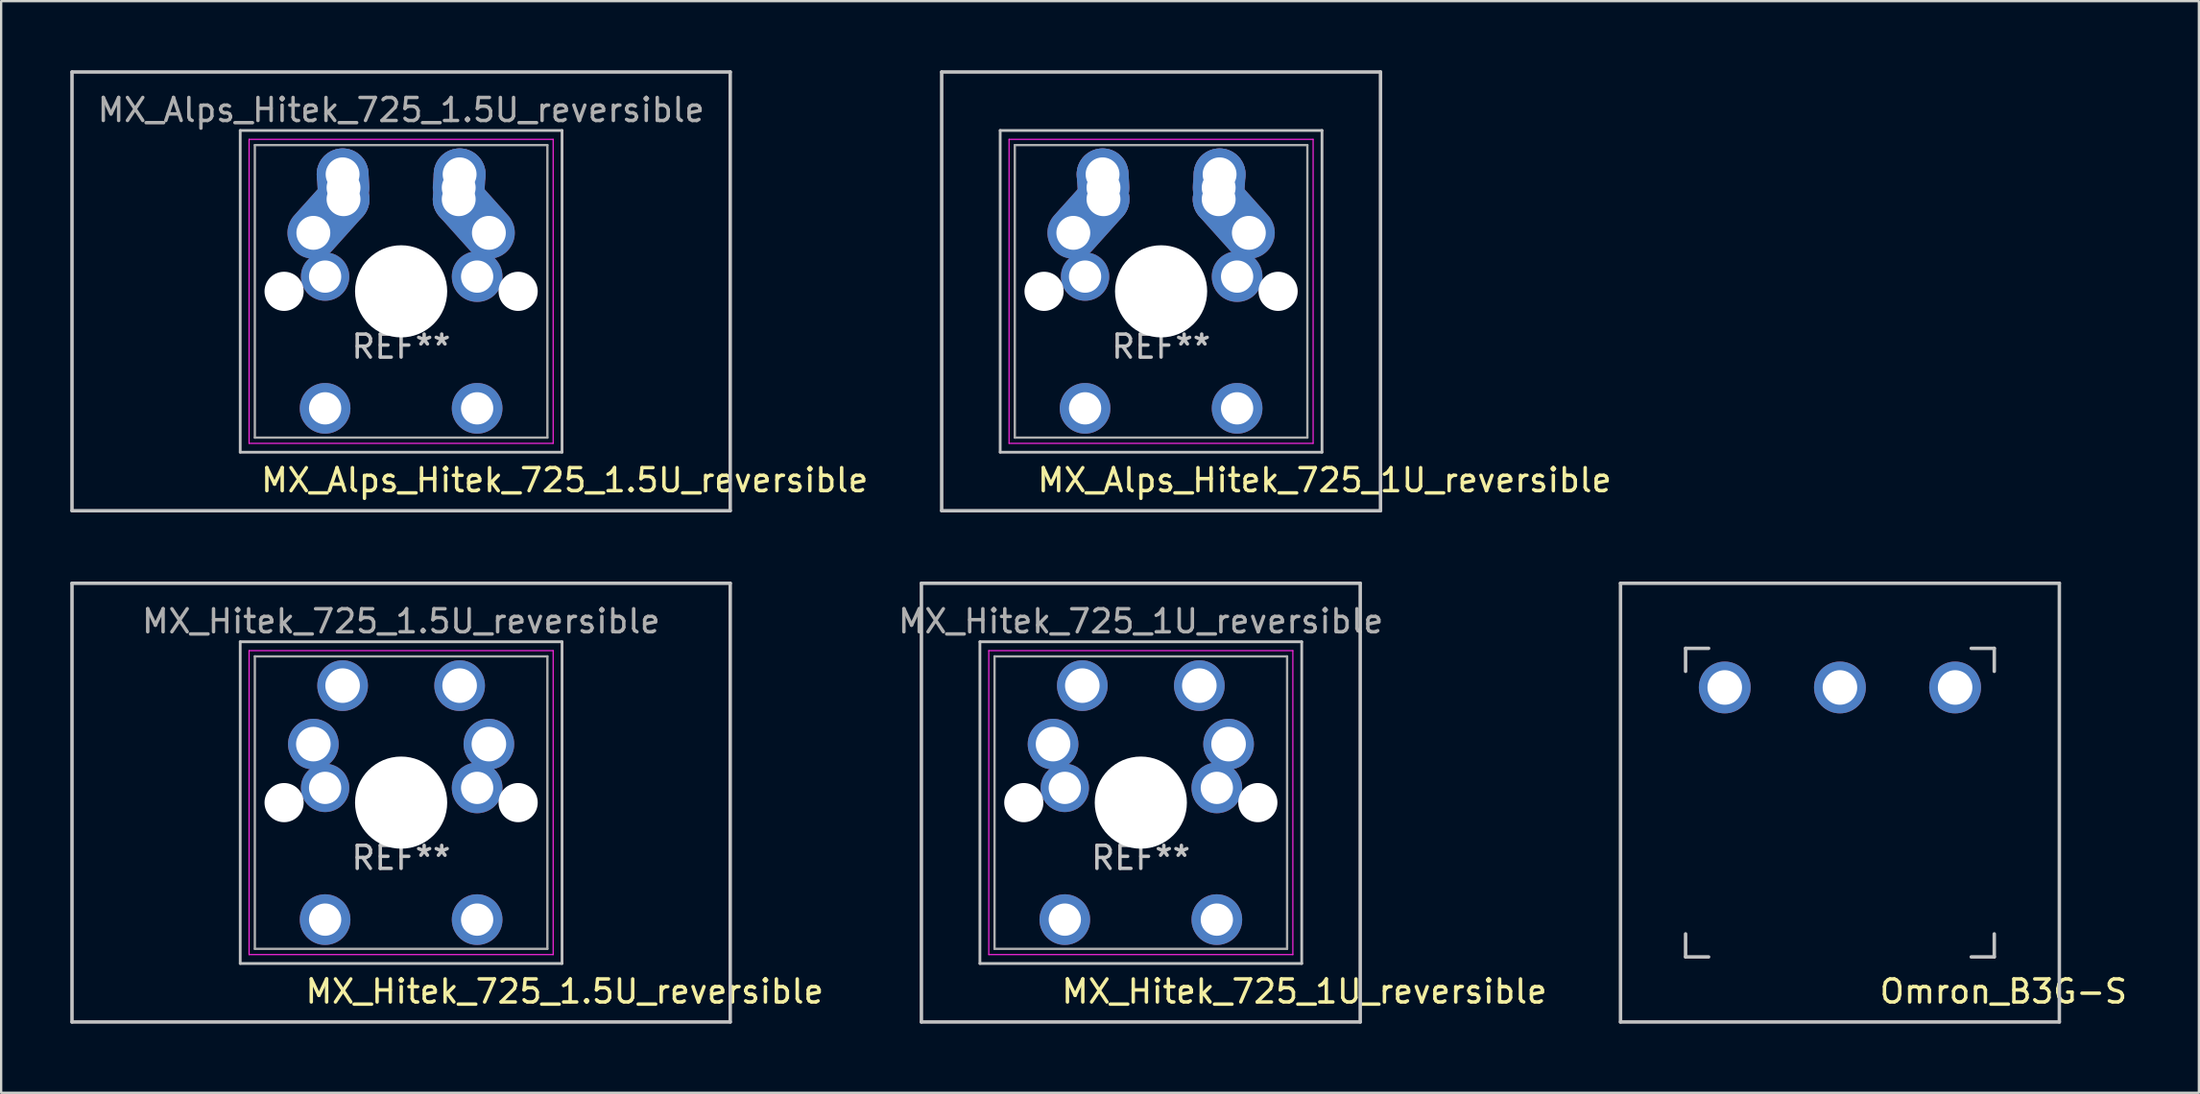
<source format=kicad_pcb>
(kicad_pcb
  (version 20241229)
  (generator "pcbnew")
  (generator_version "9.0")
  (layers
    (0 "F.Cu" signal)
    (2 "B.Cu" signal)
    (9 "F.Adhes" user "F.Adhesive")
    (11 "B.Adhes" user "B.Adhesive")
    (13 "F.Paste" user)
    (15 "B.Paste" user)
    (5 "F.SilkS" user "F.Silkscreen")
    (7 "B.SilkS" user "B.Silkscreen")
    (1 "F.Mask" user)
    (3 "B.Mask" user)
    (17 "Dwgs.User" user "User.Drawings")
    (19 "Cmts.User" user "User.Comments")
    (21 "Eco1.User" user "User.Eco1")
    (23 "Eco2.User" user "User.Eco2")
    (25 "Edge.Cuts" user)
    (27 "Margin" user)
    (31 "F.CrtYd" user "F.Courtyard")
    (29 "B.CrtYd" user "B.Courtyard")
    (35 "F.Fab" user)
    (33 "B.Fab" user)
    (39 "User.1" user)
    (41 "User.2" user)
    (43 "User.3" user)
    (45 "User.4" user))
  (footprint "MX_Hitek_725_1.5U_reversible"
    (layer "F.Cu")
    (at 14.363 31.8)
    (property "Reference" "MX_Hitek_725_1.5U_reversible" (at 7.1 8.2 180) (layer "F.SilkS") (effects (font (size 1 1) (thickness 0.15))))
    (attr through_hole)
    (fp_line (start -14.287 -9.525) (end 14.287 -9.525) (stroke (width 0.15) (type solid)) (layer "Dwgs.User"))
    (fp_line (start -14.287 9.525) (end -14.287 -9.525) (stroke (width 0.15) (type solid)) (layer "Dwgs.User"))
    (fp_line (start -6.985 -6.985) (end 6.985 -6.985) (stroke (width 0.12) (type solid)) (layer "Dwgs.User"))
    (fp_line (start -6.985 6.985) (end -6.985 -6.985) (stroke (width 0.12) (type solid)) (layer "Dwgs.User"))
    (fp_line (start 6.985 -6.985) (end 6.985 6.985) (stroke (width 0.12) (type solid)) (layer "Dwgs.User"))
    (fp_line (start 6.985 6.985) (end -6.985 6.985) (stroke (width 0.12) (type solid)) (layer "Dwgs.User"))
    (fp_line (start 14.287 -9.525) (end 14.287 9.525) (stroke (width 0.15) (type solid)) (layer "Dwgs.User"))
    (fp_line (start 14.287 9.525) (end -14.287 9.525) (stroke (width 0.15) (type solid)) (layer "Dwgs.User"))
    (fp_line (start -6.6 -6.6) (end 6.6 -6.6) (stroke (width 0.05) (type solid)) (layer "F.CrtYd"))
    (fp_line (start -6.6 6.6) (end -6.6 -6.6) (stroke (width 0.05) (type solid)) (layer "F.CrtYd"))
    (fp_line (start 6.6 -6.6) (end 6.6 6.6) (stroke (width 0.05) (type solid)) (layer "F.CrtYd"))
    (fp_line (start 6.6 6.6) (end -6.6 6.6) (stroke (width 0.05) (type solid)) (layer "F.CrtYd"))
    (fp_line (start -6.35 -6.35) (end 6.35 -6.35) (stroke (width 0.1) (type solid)) (layer "F.Fab"))
    (fp_line (start -6.35 6.35) (end -6.35 -6.35) (stroke (width 0.1) (type solid)) (layer "F.Fab"))
    (fp_line (start 6.35 -6.35) (end 6.35 6.35) (stroke (width 0.1) (type solid)) (layer "F.Fab"))
    (fp_line (start 6.35 6.35) (end -6.35 6.35) (stroke (width 0.1) (type solid)) (layer "F.Fab"))
    (fp_text user "REF**" (at 0 2.4 0) (layer "Dwgs.User") (effects (font (size 1 1) (thickness 0.15))))
    (fp_text user "${REFERENCE}" (at 0 -7.874 0) (layer "F.Fab") (effects (font (size 1 1) (thickness 0.15))))
    (pad "" np_thru_hole circle (at -5.08 0) (size 1.7 1.7) (drill 1.7) (layers "*.Cu" "*.Mask"))
    (pad "" np_thru_hole circle (at 0 0) (size 4 4) (drill 4) (layers "*.Cu" "*.Mask"))
    (pad "" np_thru_hole circle (at 5.08 0) (size 1.7 1.7) (drill 1.7) (layers "*.Cu" "*.Mask"))
    (pad "1" thru_hole circle (at 2.54 -5.08) (size 2.2 2.2) (drill 1.5) (layers "*.Cu" "*.Mask"))
    (pad "1" thru_hole circle (at 3.3 -0.64) (size 2.2 2.2) (drill 1.4) (layers "*.Cu" "*.Mask"))
    (pad "1" thru_hole circle (at 3.3 5.08) (size 2.2 2.2) (drill 1.4) (layers "*.Cu" "*.Mask"))
    (pad "1" thru_hole circle (at 3.81 -2.54 180) (size 2.2 2.2) (drill 1.5) (layers "*.Cu" "*.Mask"))
    (pad "2" thru_hole circle (at -3.81 -2.54) (size 2.2 2.2) (drill 1.5) (layers "*.Cu" "*.Mask"))
    (pad "2" thru_hole circle (at -3.3 -0.64) (size 2.1 2.1) (drill 1.4) (layers "*.Cu" "*.Mask"))
    (pad "2" thru_hole circle (at -3.3 5.08) (size 2.2 2.2) (drill 1.4) (layers "*.Cu" "*.Mask"))
    (pad "2" thru_hole circle (at -2.54 -5.08 180) (size 2.2 2.2) (drill 1.5) (layers "*.Cu" "*.Mask")))
  (footprint "MX_Hitek_725_1U_reversible"
    (layer "F.Cu")
    (at 46.474 31.8)
    (property "Reference" "MX_Hitek_725_1U_reversible" (at 7.1 8.2 180) (layer "F.SilkS") (effects (font (size 1 1) (thickness 0.15))))
    (attr through_hole)
    (fp_line (start -9.525 -9.525) (end 9.525 -9.525) (stroke (width 0.15) (type solid)) (layer "Dwgs.User"))
    (fp_line (start -9.525 9.525) (end -9.525 -9.525) (stroke (width 0.15) (type solid)) (layer "Dwgs.User"))
    (fp_line (start -6.985 -6.985) (end 6.985 -6.985) (stroke (width 0.12) (type solid)) (layer "Dwgs.User"))
    (fp_line (start -6.985 6.985) (end -6.985 -6.985) (stroke (width 0.12) (type solid)) (layer "Dwgs.User"))
    (fp_line (start 6.985 -6.985) (end 6.985 6.985) (stroke (width 0.12) (type solid)) (layer "Dwgs.User"))
    (fp_line (start 6.985 6.985) (end -6.985 6.985) (stroke (width 0.12) (type solid)) (layer "Dwgs.User"))
    (fp_line (start 9.525 -9.525) (end 9.525 9.525) (stroke (width 0.15) (type solid)) (layer "Dwgs.User"))
    (fp_line (start 9.525 9.525) (end -9.525 9.525) (stroke (width 0.15) (type solid)) (layer "Dwgs.User"))
    (fp_line (start -6.6 -6.6) (end 6.6 -6.6) (stroke (width 0.05) (type solid)) (layer "F.CrtYd"))
    (fp_line (start -6.6 6.6) (end -6.6 -6.6) (stroke (width 0.05) (type solid)) (layer "F.CrtYd"))
    (fp_line (start 6.6 -6.6) (end 6.6 6.6) (stroke (width 0.05) (type solid)) (layer "F.CrtYd"))
    (fp_line (start 6.6 6.6) (end -6.6 6.6) (stroke (width 0.05) (type solid)) (layer "F.CrtYd"))
    (fp_line (start -6.35 -6.35) (end 6.35 -6.35) (stroke (width 0.1) (type solid)) (layer "F.Fab"))
    (fp_line (start -6.35 6.35) (end -6.35 -6.35) (stroke (width 0.1) (type solid)) (layer "F.Fab"))
    (fp_line (start 6.35 -6.35) (end 6.35 6.35) (stroke (width 0.1) (type solid)) (layer "F.Fab"))
    (fp_line (start 6.35 6.35) (end -6.35 6.35) (stroke (width 0.1) (type solid)) (layer "F.Fab"))
    (fp_text user "REF**" (at 0 2.4 0) (layer "Dwgs.User") (effects (font (size 1 1) (thickness 0.15))))
    (fp_text user "${REFERENCE}" (at 0 -7.874 0) (layer "F.Fab") (effects (font (size 1 1) (thickness 0.15))))
    (pad "" np_thru_hole circle (at -5.08 0) (size 1.7 1.7) (drill 1.7) (layers "*.Cu" "*.Mask"))
    (pad "" np_thru_hole circle (at 0 0) (size 4 4) (drill 4) (layers "*.Cu" "*.Mask"))
    (pad "" np_thru_hole circle (at 5.08 0) (size 1.7 1.7) (drill 1.7) (layers "*.Cu" "*.Mask"))
    (pad "1" thru_hole circle (at 2.54 -5.08) (size 2.2 2.2) (drill 1.5) (layers "*.Cu" "*.Mask"))
    (pad "1" thru_hole circle (at 3.3 -0.64) (size 2.2 2.2) (drill 1.4) (layers "*.Cu" "*.Mask"))
    (pad "1" thru_hole circle (at 3.3 5.08) (size 2.2 2.2) (drill 1.4) (layers "*.Cu" "*.Mask"))
    (pad "1" thru_hole circle (at 3.81 -2.54 180) (size 2.2 2.2) (drill 1.5) (layers "*.Cu" "*.Mask"))
    (pad "2" thru_hole circle (at -3.81 -2.54) (size 2.2 2.2) (drill 1.5) (layers "*.Cu" "*.Mask"))
    (pad "2" thru_hole circle (at -3.3 -0.64) (size 2.1 2.1) (drill 1.4) (layers "*.Cu" "*.Mask"))
    (pad "2" thru_hole circle (at -3.3 5.08) (size 2.2 2.2) (drill 1.4) (layers "*.Cu" "*.Mask"))
    (pad "2" thru_hole circle (at -2.54 -5.08 180) (size 2.2 2.2) (drill 1.5) (layers "*.Cu" "*.Mask")))
  (footprint "Omron_B3G-S"
    (layer "F.Cu")
    (at 76.823 31.8)
    (property "Reference" "Omron_B3G-S" (at 7.1 8.2 0) (layer "F.SilkS") (effects (font (size 1 1) (thickness 0.15))))
    (attr through_hole)
    (fp_line (start -9.525 -9.525) (end 9.525 -9.525) (stroke (width 0.15) (type solid)) (layer "Dwgs.User"))
    (fp_line (start -9.525 9.525) (end -9.525 -9.525) (stroke (width 0.15) (type solid)) (layer "Dwgs.User"))
    (fp_line (start -6.7 -6.7) (end -5.7 -6.7) (stroke (width 0.15) (type solid)) (layer "Dwgs.User"))
    (fp_line (start -6.7 -5.7) (end -6.7 -6.7) (stroke (width 0.15) (type solid)) (layer "Dwgs.User"))
    (fp_line (start -6.7 5.7) (end -6.7 6.7) (stroke (width 0.15) (type solid)) (layer "Dwgs.User"))
    (fp_line (start -6.7 6.7) (end -5.7 6.7) (stroke (width 0.15) (type solid)) (layer "Dwgs.User"))
    (fp_line (start 5.7 6.7) (end 6.7 6.7) (stroke (width 0.15) (type solid)) (layer "Dwgs.User"))
    (fp_line (start 6.7 -6.7) (end 5.7 -6.7) (stroke (width 0.15) (type solid)) (layer "Dwgs.User"))
    (fp_line (start 6.7 -6.7) (end 6.7 -5.7) (stroke (width 0.15) (type solid)) (layer "Dwgs.User"))
    (fp_line (start 6.7 6.7) (end 6.7 5.7) (stroke (width 0.15) (type solid)) (layer "Dwgs.User"))
    (fp_line (start 9.525 -9.525) (end 9.525 9.525) (stroke (width 0.15) (type solid)) (layer "Dwgs.User"))
    (fp_line (start 9.525 9.525) (end -9.525 9.525) (stroke (width 0.15) (type solid)) (layer "Dwgs.User"))
    (pad "1" thru_hole circle (at -5 -5 180) (size 2.25 2.25) (drill 1.5) (layers "*.Cu" "B.Mask"))
    (pad "1" thru_hole circle (at 5 -5 180) (size 2.25 2.25) (drill 1.5) (layers "*.Cu" "B.Mask"))
    (pad "2" thru_hole circle (at 0 -5 180) (size 2.25 2.25) (drill 1.5) (layers "*.Cu" "B.Mask")))
  (footprint "MX_Alps_Hitek_725_1.5U_reversible"
    (layer "F.Cu")
    (at 14.363 9.6)
    (property "Reference" "MX_Alps_Hitek_725_1.5U_reversible" (at 7.1 8.2 180) (layer "F.SilkS") (effects (font (size 1 1) (thickness 0.15))))
    (attr through_hole)
    (fp_line (start -14.287 -9.525) (end 14.287 -9.525) (stroke (width 0.15) (type solid)) (layer "Dwgs.User"))
    (fp_line (start -14.287 9.525) (end -14.287 -9.525) (stroke (width 0.15) (type solid)) (layer "Dwgs.User"))
    (fp_line (start -6.985 -6.985) (end 6.985 -6.985) (stroke (width 0.12) (type solid)) (layer "Dwgs.User"))
    (fp_line (start -6.985 6.985) (end -6.985 -6.985) (stroke (width 0.12) (type solid)) (layer "Dwgs.User"))
    (fp_line (start 6.985 -6.985) (end 6.985 6.985) (stroke (width 0.12) (type solid)) (layer "Dwgs.User"))
    (fp_line (start 6.985 6.985) (end -6.985 6.985) (stroke (width 0.12) (type solid)) (layer "Dwgs.User"))
    (fp_line (start 14.287 -9.525) (end 14.287 9.525) (stroke (width 0.15) (type solid)) (layer "Dwgs.User"))
    (fp_line (start 14.287 9.525) (end -14.287 9.525) (stroke (width 0.15) (type solid)) (layer "Dwgs.User"))
    (fp_line (start -6.6 -6.6) (end 6.6 -6.6) (stroke (width 0.05) (type solid)) (layer "F.CrtYd"))
    (fp_line (start -6.6 6.6) (end -6.6 -6.6) (stroke (width 0.05) (type solid)) (layer "F.CrtYd"))
    (fp_line (start 6.6 -6.6) (end 6.6 6.6) (stroke (width 0.05) (type solid)) (layer "F.CrtYd"))
    (fp_line (start 6.6 6.6) (end -6.6 6.6) (stroke (width 0.05) (type solid)) (layer "F.CrtYd"))
    (fp_line (start -6.35 -6.35) (end 6.35 -6.35) (stroke (width 0.1) (type solid)) (layer "F.Fab"))
    (fp_line (start -6.35 6.35) (end -6.35 -6.35) (stroke (width 0.1) (type solid)) (layer "F.Fab"))
    (fp_line (start 6.35 -6.35) (end 6.35 6.35) (stroke (width 0.1) (type solid)) (layer "F.Fab"))
    (fp_line (start 6.35 6.35) (end -6.35 6.35) (stroke (width 0.1) (type solid)) (layer "F.Fab"))
    (fp_text user "REF**" (at 0 2.4 0) (layer "Dwgs.User") (effects (font (size 1 1) (thickness 0.15))))
    (fp_text user "${REFERENCE}" (at 0 -7.874 0) (layer "F.Fab") (effects (font (size 1 1) (thickness 0.15))))
    (pad "" np_thru_hole circle (at -5.08 0) (size 1.7 1.7) (drill 1.7) (layers "*.Cu" "*.Mask"))
    (pad "" np_thru_hole circle (at 0 0) (size 4 4) (drill 4) (layers "*.Cu" "*.Mask"))
    (pad "" np_thru_hole circle (at 5.08 0) (size 1.7 1.7) (drill 1.7) (layers "*.Cu" "*.Mask"))
    (pad "1" thru_hole oval (at 2.5 -4.5 86.1) (size 2.831 2.25) (drill 1.47 (offset 0.291 0)) (layers "*.Cu" "*.Mask"))
    (pad "1" thru_hole circle (at 2.5 -4) (size 2.25 2.25) (drill 1.47) (layers "*.Cu" "*.Mask"))
    (pad "1" thru_hole circle (at 2.54 -5.08) (size 2.25 2.25) (drill 1.47) (layers "*.Cu" "*.Mask"))
    (pad "1" thru_hole circle (at 3.3 -0.64) (size 2.2 2.2) (drill 1.4) (layers "*.Cu" "*.Mask"))
    (pad "1" thru_hole circle (at 3.3 5.08) (size 2.2 2.2) (drill 1.4) (layers "*.Cu" "*.Mask"))
    (pad "1" thru_hole oval (at 3.81 -2.54 311.9) (size 4.212 2.25) (drill 1.47 (offset -0.981 0)) (layers "*.Cu" "*.Mask"))
    (pad "2" thru_hole oval (at -3.81 -2.54 48.1) (size 4.212 2.25) (drill 1.47 (offset 0.981 0)) (layers "*.Cu" "*.Mask"))
    (pad "2" thru_hole circle (at -3.3 -0.64) (size 2.1 2.1) (drill 1.4) (layers "*.Cu" "*.Mask"))
    (pad "2" thru_hole circle (at -3.3 5.08) (size 2.2 2.2) (drill 1.4) (layers "*.Cu" "*.Mask"))
    (pad "2" thru_hole circle (at -2.54 -5.08) (size 2.25 2.25) (drill 1.47) (layers "*.Cu" "*.Mask"))
    (pad "2" thru_hole oval (at -2.5 -4.5 273.9) (size 2.831 2.25) (drill 1.47 (offset -0.291 0)) (layers "*.Cu" "*.Mask"))
    (pad "2" thru_hole circle (at -2.5 -4) (size 2.25 2.25) (drill 1.47) (layers "*.Cu" "*.Mask")))
  (footprint "MX_Alps_Hitek_725_1U_reversible"
    (layer "F.Cu")
    (at 47.354 9.6)
    (property "Reference" "MX_Alps_Hitek_725_1U_reversible" (at 7.1 8.2 180) (layer "F.SilkS") (effects (font (size 1 1) (thickness 0.15))))
    (attr through_hole)
    (fp_line (start -9.525 -9.525) (end 9.525 -9.525) (stroke (width 0.15) (type solid)) (layer "Dwgs.User"))
    (fp_line (start -9.525 9.525) (end -9.525 -9.525) (stroke (width 0.15) (type solid)) (layer "Dwgs.User"))
    (fp_line (start -6.985 -6.985) (end 6.985 -6.985) (stroke (width 0.12) (type solid)) (layer "Dwgs.User"))
    (fp_line (start -6.985 6.985) (end -6.985 -6.985) (stroke (width 0.12) (type solid)) (layer "Dwgs.User"))
    (fp_line (start 6.985 -6.985) (end 6.985 6.985) (stroke (width 0.12) (type solid)) (layer "Dwgs.User"))
    (fp_line (start 6.985 6.985) (end -6.985 6.985) (stroke (width 0.12) (type solid)) (layer "Dwgs.User"))
    (fp_line (start 9.525 -9.525) (end 9.525 9.525) (stroke (width 0.15) (type solid)) (layer "Dwgs.User"))
    (fp_line (start 9.525 9.525) (end -9.525 9.525) (stroke (width 0.15) (type solid)) (layer "Dwgs.User"))
    (fp_line (start -6.6 -6.6) (end 6.6 -6.6) (stroke (width 0.05) (type solid)) (layer "F.CrtYd"))
    (fp_line (start -6.6 6.6) (end -6.6 -6.6) (stroke (width 0.05) (type solid)) (layer "F.CrtYd"))
    (fp_line (start 6.6 -6.6) (end 6.6 6.6) (stroke (width 0.05) (type solid)) (layer "F.CrtYd"))
    (fp_line (start 6.6 6.6) (end -6.6 6.6) (stroke (width 0.05) (type solid)) (layer "F.CrtYd"))
    (fp_line (start -6.35 -6.35) (end 6.35 -6.35) (stroke (width 0.1) (type solid)) (layer "F.Fab"))
    (fp_line (start -6.35 6.35) (end -6.35 -6.35) (stroke (width 0.1) (type solid)) (layer "F.Fab"))
    (fp_line (start 6.35 -6.35) (end 6.35 6.35) (stroke (width 0.1) (type solid)) (layer "F.Fab"))
    (fp_line (start 6.35 6.35) (end -6.35 6.35) (stroke (width 0.1) (type solid)) (layer "F.Fab"))
    (fp_text user "REF**" (at 0 2.4 0) (layer "Dwgs.User") (effects (font (size 1 1) (thickness 0.15))))
    (pad "" np_thru_hole circle (at -5.08 0) (size 1.7 1.7) (drill 1.7) (layers "*.Cu" "*.Mask"))
    (pad "" np_thru_hole circle (at 0 0) (size 4 4) (drill 4) (layers "*.Cu" "*.Mask"))
    (pad "" np_thru_hole circle (at 5.08 0) (size 1.7 1.7) (drill 1.7) (layers "*.Cu" "*.Mask"))
    (pad "1" thru_hole oval (at 2.5 -4.5 86.1) (size 2.831 2.25) (drill 1.47 (offset 0.291 0)) (layers "*.Cu" "*.Mask"))
    (pad "1" thru_hole circle (at 2.5 -4) (size 2.25 2.25) (drill 1.47) (layers "*.Cu" "*.Mask"))
    (pad "1" thru_hole circle (at 2.54 -5.08) (size 2.25 2.25) (drill 1.47) (layers "*.Cu" "*.Mask"))
    (pad "1" thru_hole circle (at 3.3 -0.64) (size 2.2 2.2) (drill 1.4) (layers "*.Cu" "*.Mask"))
    (pad "1" thru_hole circle (at 3.3 5.08) (size 2.2 2.2) (drill 1.4) (layers "*.Cu" "*.Mask"))
    (pad "1" thru_hole oval (at 3.81 -2.54 311.9) (size 4.212 2.25) (drill 1.47 (offset -0.981 0)) (layers "*.Cu" "*.Mask"))
    (pad "2" thru_hole oval (at -3.81 -2.54 48.1) (size 4.212 2.25) (drill 1.47 (offset 0.981 0)) (layers "*.Cu" "*.Mask"))
    (pad "2" thru_hole circle (at -3.3 -0.64) (size 2.1 2.1) (drill 1.4) (layers "*.Cu" "*.Mask"))
    (pad "2" thru_hole circle (at -3.3 5.08) (size 2.2 2.2) (drill 1.4) (layers "*.Cu" "*.Mask"))
    (pad "2" thru_hole circle (at -2.54 -5.08) (size 2.25 2.25) (drill 1.47) (layers "*.Cu" "*.Mask"))
    (pad "2" thru_hole oval (at -2.5 -4.5 273.9) (size 2.831 2.25) (drill 1.47 (offset -0.291 0)) (layers "*.Cu" "*.Mask"))
    (pad "2" thru_hole circle (at -2.5 -4) (size 2.25 2.25) (drill 1.47) (layers "*.Cu" "*.Mask")))
  (gr_rect
    (start -3 -3)
    (end 92.405 44.4)
    (stroke (width 0.1) (type default))
    (fill no)
    (layer "Edge.Cuts")))
</source>
